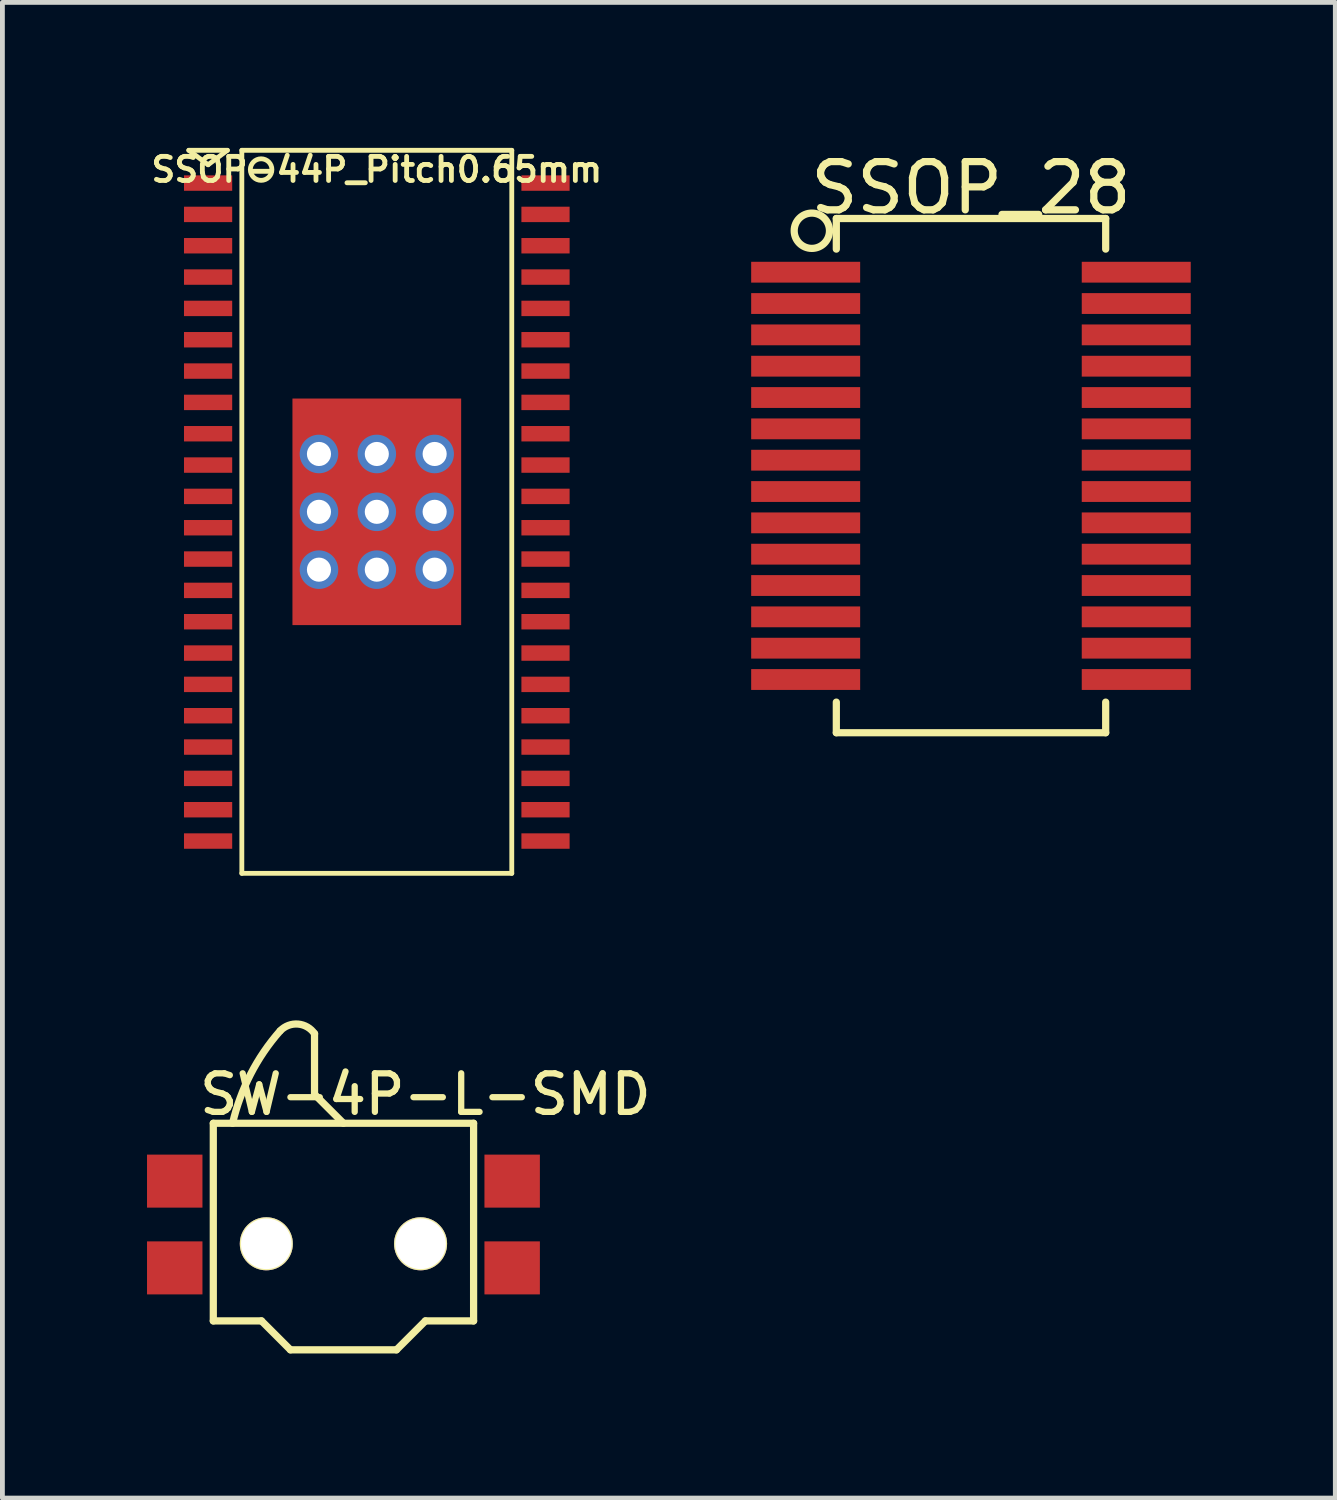
<source format=kicad_pcb>
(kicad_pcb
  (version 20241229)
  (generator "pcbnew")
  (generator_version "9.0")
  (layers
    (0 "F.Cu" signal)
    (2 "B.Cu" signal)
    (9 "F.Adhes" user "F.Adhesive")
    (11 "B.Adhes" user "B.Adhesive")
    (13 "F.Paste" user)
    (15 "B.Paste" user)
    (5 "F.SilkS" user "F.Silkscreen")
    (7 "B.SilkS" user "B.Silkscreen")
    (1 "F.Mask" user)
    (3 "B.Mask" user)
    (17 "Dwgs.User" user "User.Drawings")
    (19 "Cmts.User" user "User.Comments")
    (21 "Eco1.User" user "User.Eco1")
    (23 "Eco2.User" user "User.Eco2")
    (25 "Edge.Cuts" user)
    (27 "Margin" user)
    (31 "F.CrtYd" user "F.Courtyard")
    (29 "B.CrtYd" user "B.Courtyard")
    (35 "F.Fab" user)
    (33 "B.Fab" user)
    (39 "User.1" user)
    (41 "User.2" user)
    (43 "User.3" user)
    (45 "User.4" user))
  (footprint "SW-4P-L-SMD"
    (layer "F.Cu")
    (at 4.075 23.253)
    (property "Reference" "SW-4P-L-SMD" (at 1.7 -3.6 0) (layer "F.SilkS") (effects (font (size 0.8 0.8) (thickness 0.13))))
    (attr through_hole)
    (fp_line (start -2.7 -3) (end -2.7 1.1) (stroke (width 0.15) (type solid)) (layer "F.SilkS"))
    (fp_line (start -2.7 1.1) (end -1.7 1.1) (stroke (width 0.15) (type solid)) (layer "F.SilkS"))
    (fp_line (start -1.7 1.1) (end -1.1 1.7) (stroke (width 0.15) (type solid)) (layer "F.SilkS"))
    (fp_line (start -1.1 1.7) (end 1.1 1.7) (stroke (width 0.15) (type solid)) (layer "F.SilkS"))
    (fp_line (start -0.6 -3.6) (end -0.6 -4.86) (stroke (width 0.15) (type solid)) (layer "F.SilkS"))
    (fp_line (start 0 -3) (end -0.6 -3.6) (stroke (width 0.15) (type solid)) (layer "F.SilkS"))
    (fp_line (start 1.1 1.7) (end 1.7 1.1) (stroke (width 0.15) (type solid)) (layer "F.SilkS"))
    (fp_line (start 1.7 1.1) (end 2.7 1.1) (stroke (width 0.15) (type solid)) (layer "F.SilkS"))
    (fp_line (start 2.7 -3) (end -2.7 -3) (stroke (width 0.15) (type solid)) (layer "F.SilkS"))
    (fp_line (start 2.7 1.1) (end 2.7 -3) (stroke (width 0.15) (type solid)) (layer "F.SilkS"))
    (fp_arc (start -2.3 -3) (mid -1.92654 -4.01799) (end -1.316204 -4.91424) (stroke (width 0.15) (type solid)) (layer "F.SilkS"))
    (fp_arc (start -1.31 -4.92) (mid -0.939646 -5.057899) (end -0.599119 -4.857352) (stroke (width 0.15) (type solid)) (layer "F.SilkS"))
    (pad "" np_thru_hole circle (at -1.6 -0.5) (size 1.1 1.1) (drill 1.05) (layers "*.Cu" "*.Mask" "F.SilkS"))
    (pad "" np_thru_hole circle (at 1.6 -0.5) (size 1.1 1.1) (drill 1.05) (layers "*.Cu" "*.Mask" "F.SilkS"))
    (pad "1" smd rect (at -3.5 0) (size 1.15 1.1) (layers "F.Cu" "F.Mask" "F.Paste"))
    (pad "2" smd rect (at -3.5 -1.8) (size 1.15 1.1) (layers "F.Cu" "F.Mask" "F.Paste"))
    (pad "3" smd rect (at 3.5 0) (size 1.15 1.1) (layers "F.Cu" "F.Mask" "F.Paste"))
    (pad "4" smd rect (at 3.5 -1.8) (size 1.15 1.1) (layers "F.Cu" "F.Mask" "F.Paste")))
  (footprint "SSOP-44P_Pitch0.65mm"
    (layer "F.Cu")
    (at 4.767 7.568)
    (property "Reference" "SSOP-44P_Pitch0.65mm" (at 0 -7.1 0) (layer "F.SilkS") (effects (font (size 0.5 0.5) (thickness 0.1))))
    (attr smd)
    (fp_line (start -3.9 -7.5) (end -3.5 -7.2) (stroke (width 0.1) (type solid)) (layer "F.SilkS"))
    (fp_line (start -3.5 -7.2) (end -3.1 -7.5) (stroke (width 0.1) (type solid)) (layer "F.SilkS"))
    (fp_line (start -3.1 -7.5) (end -3.9 -7.5) (stroke (width 0.1) (type solid)) (layer "F.SilkS"))
    (fp_line (start -2.8 -7.5) (end 2.8 -7.5) (stroke (width 0.1) (type solid)) (layer "F.SilkS"))
    (fp_line (start -2.8 7.5) (end -2.8 -7.5) (stroke (width 0.1) (type solid)) (layer "F.SilkS"))
    (fp_line (start 2.8 -7.5) (end 2.8 7.5) (stroke (width 0.1) (type solid)) (layer "F.SilkS"))
    (fp_line (start 2.8 7.5) (end -2.8 7.5) (stroke (width 0.1) (type solid)) (layer "F.SilkS"))
    (fp_circle (center -2.4 -7.1) (end -2.6 -7.2) (stroke (width 0.1) (type solid)) (fill no) (layer "F.SilkS"))
    (pad "1" smd rect (at -3.5 -6.82) (size 1 0.32) (layers "F.Cu" "F.Mask" "F.Paste"))
    (pad "2" smd rect (at -3.5 -6.17) (size 1 0.32) (layers "F.Cu" "F.Mask" "F.Paste"))
    (pad "3" smd rect (at -3.5 -5.52) (size 1 0.32) (layers "F.Cu" "F.Mask" "F.Paste"))
    (pad "4" smd rect (at -3.5 -4.87) (size 1 0.32) (layers "F.Cu" "F.Mask" "F.Paste"))
    (pad "5" smd rect (at -3.5 -4.22) (size 1 0.32) (layers "F.Cu" "F.Mask" "F.Paste"))
    (pad "6" smd rect (at -3.5 -3.57) (size 1 0.32) (layers "F.Cu" "F.Mask" "F.Paste"))
    (pad "7" smd rect (at -3.5 -2.92) (size 1 0.32) (layers "F.Cu" "F.Mask" "F.Paste"))
    (pad "8" smd rect (at -3.5 -2.27) (size 1 0.32) (layers "F.Cu" "F.Mask" "F.Paste"))
    (pad "9" smd rect (at -3.5 -1.62) (size 1 0.32) (layers "F.Cu" "F.Mask" "F.Paste"))
    (pad "10" smd rect (at -3.5 -0.97) (size 1 0.32) (layers "F.Cu" "F.Mask" "F.Paste"))
    (pad "11" smd rect (at -3.5 -0.32) (size 1 0.32) (layers "F.Cu" "F.Mask" "F.Paste"))
    (pad "12" smd rect (at -3.5 0.33) (size 1 0.32) (layers "F.Cu" "F.Mask" "F.Paste"))
    (pad "13" smd rect (at -3.5 0.98) (size 1 0.32) (layers "F.Cu" "F.Mask" "F.Paste"))
    (pad "14" smd rect (at -3.5 1.63) (size 1 0.32) (layers "F.Cu" "F.Mask" "F.Paste"))
    (pad "15" smd rect (at -3.5 2.28) (size 1 0.32) (layers "F.Cu" "F.Mask" "F.Paste"))
    (pad "16" smd rect (at -3.5 2.93) (size 1 0.32) (layers "F.Cu" "F.Mask" "F.Paste"))
    (pad "17" smd rect (at -3.5 3.58) (size 1 0.32) (layers "F.Cu" "F.Mask" "F.Paste"))
    (pad "18" smd rect (at -3.5 4.23) (size 1 0.32) (layers "F.Cu" "F.Mask" "F.Paste"))
    (pad "19" smd rect (at -3.5 4.88) (size 1 0.32) (layers "F.Cu" "F.Mask" "F.Paste"))
    (pad "20" smd rect (at -3.5 5.53) (size 1 0.32) (layers "F.Cu" "F.Mask" "F.Paste"))
    (pad "21" smd rect (at -3.5 6.18) (size 1 0.32) (layers "F.Cu" "F.Mask" "F.Paste"))
    (pad "22" smd rect (at -3.5 6.83) (size 1 0.32) (layers "F.Cu" "F.Mask" "F.Paste"))
    (pad "23" smd rect (at 3.5 6.83) (size 1 0.32) (layers "F.Cu" "F.Mask" "F.Paste"))
    (pad "24" smd rect (at 3.5 6.18) (size 1 0.32) (layers "F.Cu" "F.Mask" "F.Paste"))
    (pad "25" smd rect (at 3.5 5.53) (size 1 0.32) (layers "F.Cu" "F.Mask" "F.Paste"))
    (pad "26" smd rect (at 3.5 4.88) (size 1 0.32) (layers "F.Cu" "F.Mask" "F.Paste"))
    (pad "27" smd rect (at 3.5 4.23) (size 1 0.32) (layers "F.Cu" "F.Mask" "F.Paste"))
    (pad "28" smd rect (at 3.5 3.58) (size 1 0.32) (layers "F.Cu" "F.Mask" "F.Paste"))
    (pad "29" smd rect (at 3.5 2.93) (size 1 0.32) (layers "F.Cu" "F.Mask" "F.Paste"))
    (pad "30" smd rect (at 3.5 2.28) (size 1 0.32) (layers "F.Cu" "F.Mask" "F.Paste"))
    (pad "31" smd rect (at 3.5 1.63) (size 1 0.32) (layers "F.Cu" "F.Mask" "F.Paste"))
    (pad "32" smd rect (at 3.5 0.98) (size 1 0.32) (layers "F.Cu" "F.Mask" "F.Paste"))
    (pad "33" smd rect (at 3.5 0.33) (size 1 0.32) (layers "F.Cu" "F.Mask" "F.Paste"))
    (pad "34" smd rect (at 3.5 -0.32) (size 1 0.32) (layers "F.Cu" "F.Mask" "F.Paste"))
    (pad "35" smd rect (at 3.5 -0.97) (size 1 0.32) (layers "F.Cu" "F.Mask" "F.Paste"))
    (pad "36" smd rect (at 3.5 -1.62) (size 1 0.32) (layers "F.Cu" "F.Mask" "F.Paste"))
    (pad "37" smd rect (at 3.5 -2.27) (size 1 0.32) (layers "F.Cu" "F.Mask" "F.Paste"))
    (pad "38" smd rect (at 3.5 -2.92) (size 1 0.32) (layers "F.Cu" "F.Mask" "F.Paste"))
    (pad "39" smd rect (at 3.5 -3.57) (size 1 0.32) (layers "F.Cu" "F.Mask" "F.Paste"))
    (pad "40" smd rect (at 3.5 -4.22) (size 1 0.32) (layers "F.Cu" "F.Mask" "F.Paste"))
    (pad "41" smd rect (at 3.5 -4.87) (size 1 0.32) (layers "F.Cu" "F.Mask" "F.Paste"))
    (pad "42" smd rect (at 3.5 -5.52) (size 1 0.32) (layers "F.Cu" "F.Mask" "F.Paste"))
    (pad "43" smd rect (at 3.5 -6.17) (size 1 0.32) (layers "F.Cu" "F.Mask" "F.Paste"))
    (pad "44" smd rect (at 3.5 -6.82) (size 1 0.32) (layers "F.Cu" "F.Mask" "F.Paste"))
    (pad "45" thru_hole circle (at -1.2 -1.2) (size 0.8 0.8) (drill 0.5) (layers "*.Cu" "F.Mask"))
    (pad "45" thru_hole circle (at -1.2 0) (size 0.8 0.8) (drill 0.5) (layers "*.Cu" "F.Mask"))
    (pad "45" thru_hole circle (at -1.2 1.2) (size 0.8 0.8) (drill 0.5) (layers "*.Cu" "F.Mask"))
    (pad "45" thru_hole circle (at 0 -1.2) (size 0.8 0.8) (drill 0.5) (layers "*.Cu" "F.Mask"))
    (pad "45" thru_hole circle (at 0 0) (size 0.8 0.8) (drill 0.5) (layers "*.Cu" "F.Mask"))
    (pad "45" smd rect (at 0 0) (size 3.5 4.7) (layers "F.Cu" "F.Mask" "F.Paste"))
    (pad "45" thru_hole circle (at 0 1.2) (size 0.8 0.8) (drill 0.5) (layers "*.Cu" "F.Mask"))
    (pad "45" thru_hole circle (at 1.2 -1.2) (size 0.8 0.8) (drill 0.5) (layers "*.Cu" "F.Mask"))
    (pad "45" thru_hole circle (at 1.2 0) (size 0.8 0.8) (drill 0.5) (layers "*.Cu" "F.Mask"))
    (pad "45" thru_hole circle (at 1.2 1.2) (size 0.8 0.8) (drill 0.5) (layers "*.Cu" "F.Mask")))
  (footprint "SSOP_28"
    (layer "F.Cu")
    (at 17.138 6.771)
    (property "Reference" "SSOP_28" (at -0.044 -5.923 0) (layer "F.SilkS") (effects (font (size 1 1) (thickness 0.15))))
    (attr through_hole)
    (fp_line (start -2.838 -5.288) (end 2.75 -5.288) (stroke (width 0.15) (type solid)) (layer "F.SilkS"))
    (fp_line (start -2.838 -4.653) (end -2.838 -5.288) (stroke (width 0.15) (type solid)) (layer "F.SilkS"))
    (fp_line (start -2.838 5.38) (end -2.838 4.745) (stroke (width 0.15) (type solid)) (layer "F.SilkS"))
    (fp_line (start 2.75 -5.288) (end 2.75 -4.653) (stroke (width 0.15) (type solid)) (layer "F.SilkS"))
    (fp_line (start 2.75 4.745) (end 2.75 5.38) (stroke (width 0.15) (type solid)) (layer "F.SilkS"))
    (fp_line (start 2.75 5.38) (end -2.838 5.38) (stroke (width 0.15) (type solid)) (layer "F.SilkS"))
    (fp_circle (center -3.346 -5.034) (end -3.556 -5.334) (stroke (width 0.15) (type solid)) (fill no) (layer "F.SilkS"))
    (pad "1" smd rect (at -3.474 -4.174 270) (size 0.432 2.261) (layers "F.Cu" "F.Mask" "F.Paste"))
    (pad "2" smd rect (at -3.474 -3.524 270) (size 0.432 2.261) (layers "F.Cu" "F.Mask" "F.Paste"))
    (pad "3" smd rect (at -3.474 -2.874 270) (size 0.432 2.261) (layers "F.Cu" "F.Mask" "F.Paste"))
    (pad "4" smd rect (at -3.474 -2.224 270) (size 0.432 2.261) (layers "F.Cu" "F.Mask" "F.Paste"))
    (pad "5" smd rect (at -3.474 -1.574 270) (size 0.432 2.261) (layers "F.Cu" "F.Mask" "F.Paste"))
    (pad "6" smd rect (at -3.474 -0.924 270) (size 0.432 2.261) (layers "F.Cu" "F.Mask" "F.Paste"))
    (pad "7" smd rect (at -3.474 -0.274 270) (size 0.432 2.261) (layers "F.Cu" "F.Mask" "F.Paste"))
    (pad "8" smd rect (at -3.474 0.376 270) (size 0.432 2.261) (layers "F.Cu" "F.Mask" "F.Paste"))
    (pad "9" smd rect (at -3.474 1.026 270) (size 0.432 2.261) (layers "F.Cu" "F.Mask" "F.Paste"))
    (pad "10" smd rect (at -3.474 1.676 270) (size 0.432 2.261) (layers "F.Cu" "F.Mask" "F.Paste"))
    (pad "11" smd rect (at -3.474 2.326 270) (size 0.432 2.261) (layers "F.Cu" "F.Mask" "F.Paste"))
    (pad "12" smd rect (at -3.474 2.976 270) (size 0.432 2.261) (layers "F.Cu" "F.Mask" "F.Paste"))
    (pad "13" smd rect (at -3.474 3.626 270) (size 0.432 2.261) (layers "F.Cu" "F.Mask" "F.Paste"))
    (pad "14" smd rect (at -3.474 4.276 270) (size 0.432 2.261) (layers "F.Cu" "F.Mask" "F.Paste"))
    (pad "15" smd rect (at 3.384 4.276 270) (size 0.432 2.261) (layers "F.Cu" "F.Mask" "F.Paste"))
    (pad "16" smd rect (at 3.384 3.626 270) (size 0.432 2.261) (layers "F.Cu" "F.Mask" "F.Paste"))
    (pad "17" smd rect (at 3.384 2.976 270) (size 0.432 2.261) (layers "F.Cu" "F.Mask" "F.Paste"))
    (pad "18" smd rect (at 3.384 2.326 270) (size 0.432 2.261) (layers "F.Cu" "F.Mask" "F.Paste"))
    (pad "19" smd rect (at 3.384 1.676 270) (size 0.432 2.261) (layers "F.Cu" "F.Mask" "F.Paste"))
    (pad "20" smd rect (at 3.384 1.026 270) (size 0.432 2.261) (layers "F.Cu" "F.Mask" "F.Paste"))
    (pad "21" smd rect (at 3.384 0.376 270) (size 0.432 2.261) (layers "F.Cu" "F.Mask" "F.Paste"))
    (pad "22" smd rect (at 3.384 -0.274 270) (size 0.432 2.261) (layers "F.Cu" "F.Mask" "F.Paste"))
    (pad "23" smd rect (at 3.384 -0.924 270) (size 0.432 2.261) (layers "F.Cu" "F.Mask" "F.Paste"))
    (pad "24" smd rect (at 3.384 -1.574 270) (size 0.432 2.261) (layers "F.Cu" "F.Mask" "F.Paste"))
    (pad "25" smd rect (at 3.384 -2.224 270) (size 0.432 2.261) (layers "F.Cu" "F.Mask" "F.Paste"))
    (pad "26" smd rect (at 3.384 -2.874 270) (size 0.432 2.261) (layers "F.Cu" "F.Mask" "F.Paste"))
    (pad "27" smd rect (at 3.384 -3.524 270) (size 0.432 2.261) (layers "F.Cu" "F.Mask" "F.Paste"))
    (pad "28" smd rect (at 3.384 -4.174 270) (size 0.432 2.261) (layers "F.Cu" "F.Mask" "F.Paste")))
  (gr_rect
    (start -3 -3)
    (end 24.652 28.028)
    (stroke (width 0.1) (type default))
    (fill no)
    (layer "Edge.Cuts")))
</source>
